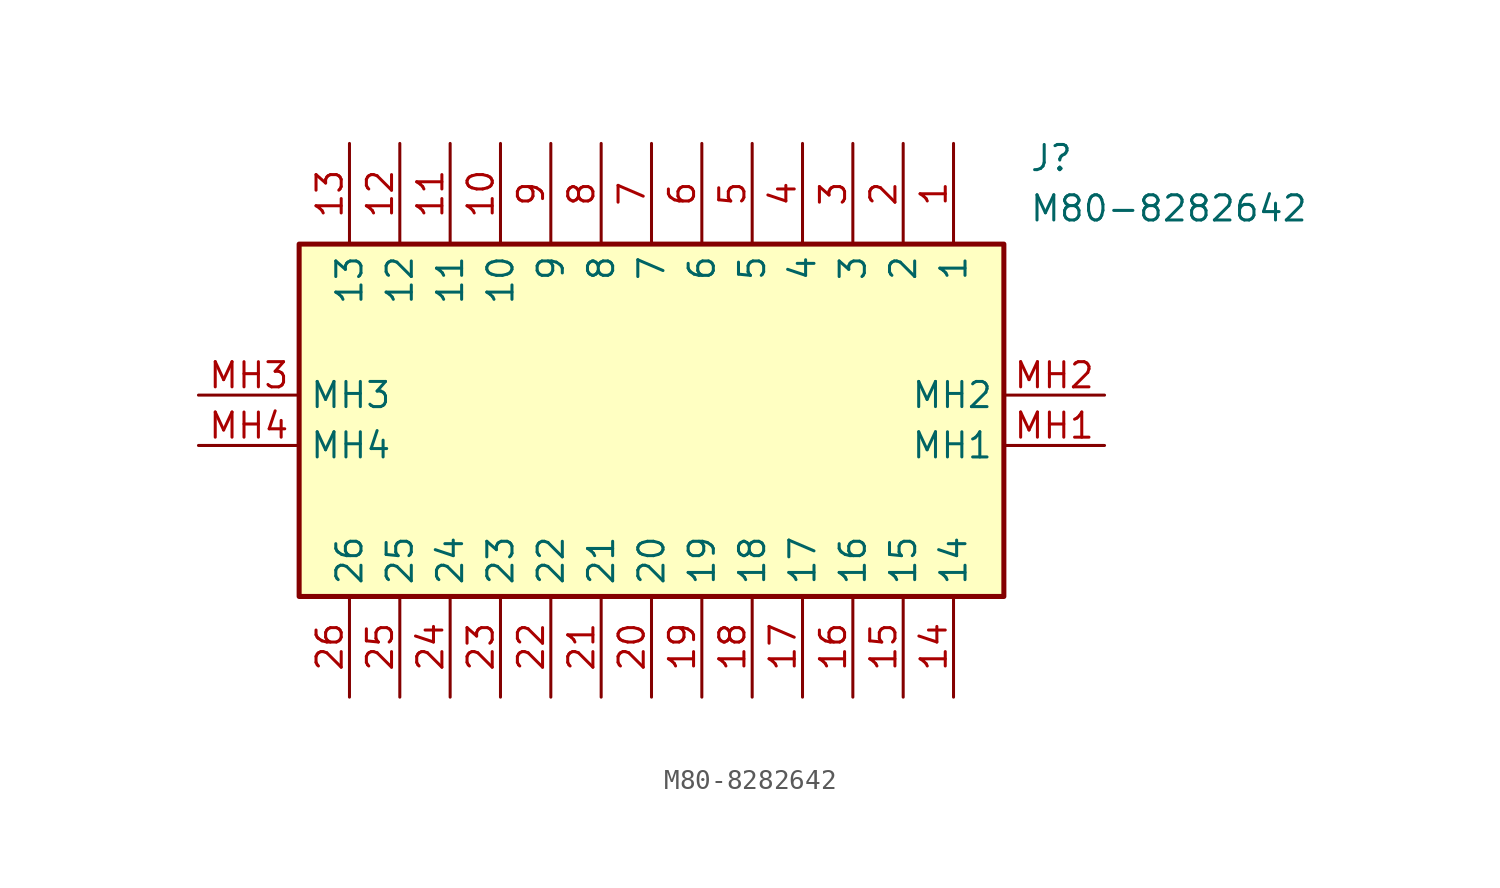
<source format=kicad_sym>
(kicad_symbol_lib
  (version 20211014)
  (generator SamacSys_ECAD_Model)
  (symbol "M80-8282642"
    (property "Reference" "J"
      (at 41.91 12.7 0)
      (effects (font (size 1.27 1.27)) (justify left top)))
    (property "Value" "M80-8282642"
      (at 41.91 10.16 0)
      (effects (font (size 1.27 1.27)) (justify left top)))
    (rectangle
      (start 5.08 7.62)
      (end 40.64 -10.16)
      (stroke (width 0.254) (type default))
      (fill (type background)))
    (pin passive line
      (at 38.1 12.7 270)
      (length 5.08)
      (name "1" (effects (font (size 1.27 1.27))))
      (number "1" (effects (font (size 1.27 1.27)))))
    (pin passive line
      (at 35.56 12.7 270)
      (length 5.08)
      (name "2" (effects (font (size 1.27 1.27))))
      (number "2" (effects (font (size 1.27 1.27)))))
    (pin passive line
      (at 33.02 12.7 270)
      (length 5.08)
      (name "3" (effects (font (size 1.27 1.27))))
      (number "3" (effects (font (size 1.27 1.27)))))
    (pin passive line
      (at 30.48 12.7 270)
      (length 5.08)
      (name "4" (effects (font (size 1.27 1.27))))
      (number "4" (effects (font (size 1.27 1.27)))))
    (pin passive line
      (at 27.94 12.7 270)
      (length 5.08)
      (name "5" (effects (font (size 1.27 1.27))))
      (number "5" (effects (font (size 1.27 1.27)))))
    (pin passive line
      (at 25.4 12.7 270)
      (length 5.08)
      (name "6" (effects (font (size 1.27 1.27))))
      (number "6" (effects (font (size 1.27 1.27)))))
    (pin passive line
      (at 22.86 12.7 270)
      (length 5.08)
      (name "7" (effects (font (size 1.27 1.27))))
      (number "7" (effects (font (size 1.27 1.27)))))
    (pin passive line
      (at 20.32 12.7 270)
      (length 5.08)
      (name "8" (effects (font (size 1.27 1.27))))
      (number "8" (effects (font (size 1.27 1.27)))))
    (pin passive line
      (at 17.78 12.7 270)
      (length 5.08)
      (name "9" (effects (font (size 1.27 1.27))))
      (number "9" (effects (font (size 1.27 1.27)))))
    (pin passive line
      (at 15.24 12.7 270)
      (length 5.08)
      (name "10" (effects (font (size 1.27 1.27))))
      (number "10" (effects (font (size 1.27 1.27)))))
    (pin passive line
      (at 12.7 12.7 270)
      (length 5.08)
      (name "11" (effects (font (size 1.27 1.27))))
      (number "11" (effects (font (size 1.27 1.27)))))
    (pin passive line
      (at 10.16 12.7 270)
      (length 5.08)
      (name "12" (effects (font (size 1.27 1.27))))
      (number "12" (effects (font (size 1.27 1.27)))))
    (pin passive line
      (at 7.62 12.7 270)
      (length 5.08)
      (name "13" (effects (font (size 1.27 1.27))))
      (number "13" (effects (font (size 1.27 1.27)))))
    (pin passive line
      (at 38.1 -15.24 90)
      (length 5.08)
      (name "14" (effects (font (size 1.27 1.27))))
      (number "14" (effects (font (size 1.27 1.27)))))
    (pin passive line
      (at 35.56 -15.24 90)
      (length 5.08)
      (name "15" (effects (font (size 1.27 1.27))))
      (number "15" (effects (font (size 1.27 1.27)))))
    (pin passive line
      (at 33.02 -15.24 90)
      (length 5.08)
      (name "16" (effects (font (size 1.27 1.27))))
      (number "16" (effects (font (size 1.27 1.27)))))
    (pin passive line
      (at 30.48 -15.24 90)
      (length 5.08)
      (name "17" (effects (font (size 1.27 1.27))))
      (number "17" (effects (font (size 1.27 1.27)))))
    (pin passive line
      (at 27.94 -15.24 90)
      (length 5.08)
      (name "18" (effects (font (size 1.27 1.27))))
      (number "18" (effects (font (size 1.27 1.27)))))
    (pin passive line
      (at 25.4 -15.24 90)
      (length 5.08)
      (name "19" (effects (font (size 1.27 1.27))))
      (number "19" (effects (font (size 1.27 1.27)))))
    (pin passive line
      (at 22.86 -15.24 90)
      (length 5.08)
      (name "20" (effects (font (size 1.27 1.27))))
      (number "20" (effects (font (size 1.27 1.27)))))
    (pin passive line
      (at 20.32 -15.24 90)
      (length 5.08)
      (name "21" (effects (font (size 1.27 1.27))))
      (number "21" (effects (font (size 1.27 1.27)))))
    (pin passive line
      (at 17.78 -15.24 90)
      (length 5.08)
      (name "22" (effects (font (size 1.27 1.27))))
      (number "22" (effects (font (size 1.27 1.27)))))
    (pin passive line
      (at 15.24 -15.24 90)
      (length 5.08)
      (name "23" (effects (font (size 1.27 1.27))))
      (number "23" (effects (font (size 1.27 1.27)))))
    (pin passive line
      (at 12.7 -15.24 90)
      (length 5.08)
      (name "24" (effects (font (size 1.27 1.27))))
      (number "24" (effects (font (size 1.27 1.27)))))
    (pin passive line
      (at 10.16 -15.24 90)
      (length 5.08)
      (name "25" (effects (font (size 1.27 1.27))))
      (number "25" (effects (font (size 1.27 1.27)))))
    (pin passive line
      (at 7.62 -15.24 90)
      (length 5.08)
      (name "26" (effects (font (size 1.27 1.27))))
      (number "26" (effects (font (size 1.27 1.27)))))
    (pin passive line
      (at 45.72 -2.54 180)
      (length 5.08)
      (name "MH1" (effects (font (size 1.27 1.27))))
      (number "MH1" (effects (font (size 1.27 1.27)))))
    (pin passive line
      (at 45.72 0 180)
      (length 5.08)
      (name "MH2" (effects (font (size 1.27 1.27))))
      (number "MH2" (effects (font (size 1.27 1.27)))))
    (pin passive line
      (at 0 0 0)
      (length 5.08)
      (name "MH3" (effects (font (size 1.27 1.27))))
      (number "MH3" (effects (font (size 1.27 1.27)))))
    (pin passive line
      (at 0 -2.54 0)
      (length 5.08)
      (name "MH4" (effects (font (size 1.27 1.27))))
      (number "MH4" (effects (font (size 1.27 1.27)))))))
</source>
